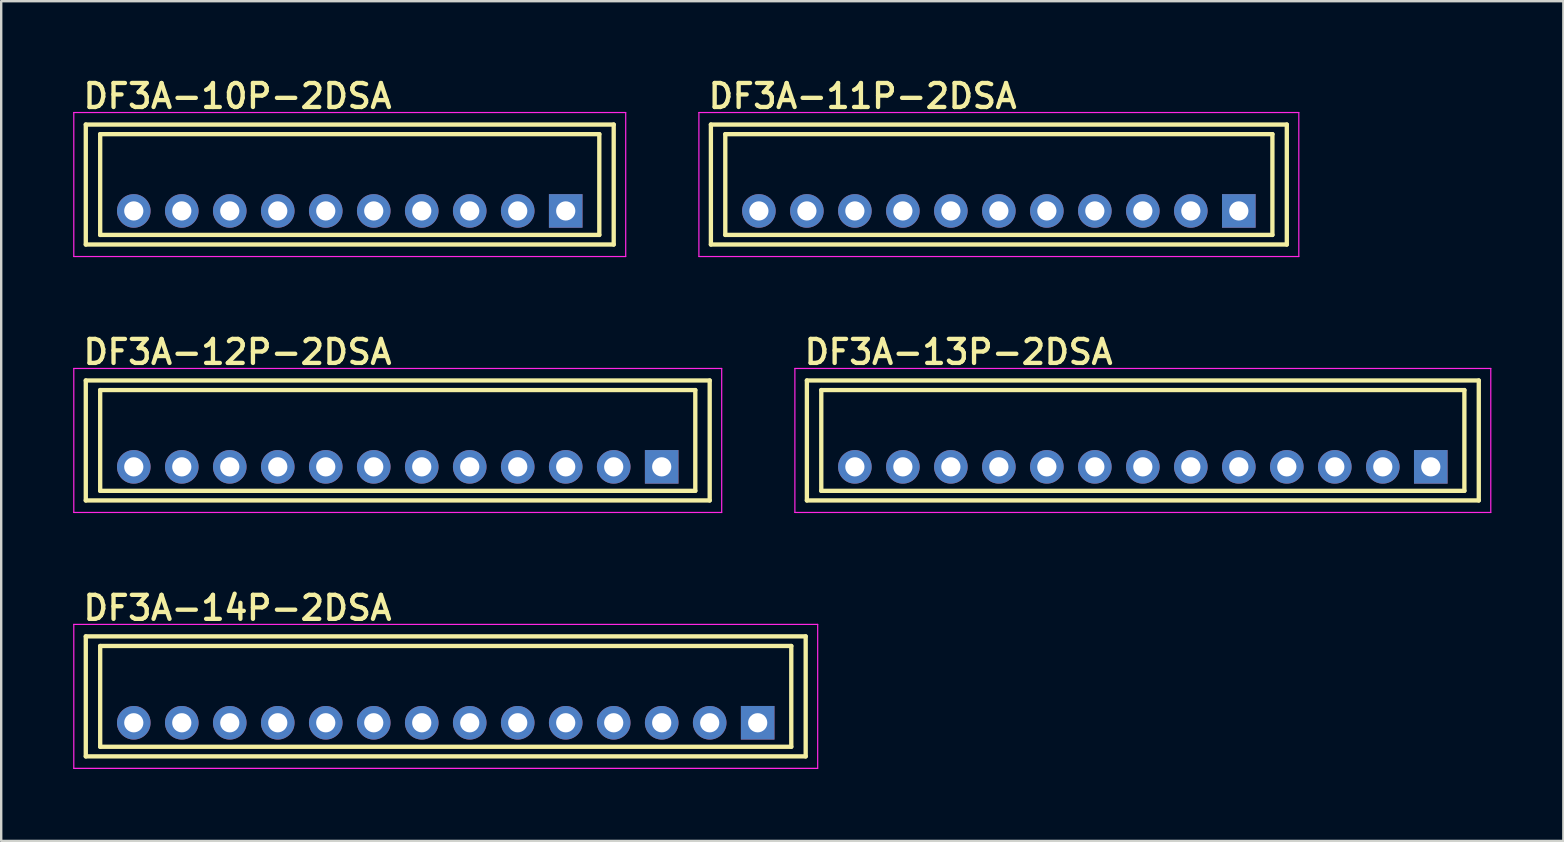
<source format=kicad_pcb>
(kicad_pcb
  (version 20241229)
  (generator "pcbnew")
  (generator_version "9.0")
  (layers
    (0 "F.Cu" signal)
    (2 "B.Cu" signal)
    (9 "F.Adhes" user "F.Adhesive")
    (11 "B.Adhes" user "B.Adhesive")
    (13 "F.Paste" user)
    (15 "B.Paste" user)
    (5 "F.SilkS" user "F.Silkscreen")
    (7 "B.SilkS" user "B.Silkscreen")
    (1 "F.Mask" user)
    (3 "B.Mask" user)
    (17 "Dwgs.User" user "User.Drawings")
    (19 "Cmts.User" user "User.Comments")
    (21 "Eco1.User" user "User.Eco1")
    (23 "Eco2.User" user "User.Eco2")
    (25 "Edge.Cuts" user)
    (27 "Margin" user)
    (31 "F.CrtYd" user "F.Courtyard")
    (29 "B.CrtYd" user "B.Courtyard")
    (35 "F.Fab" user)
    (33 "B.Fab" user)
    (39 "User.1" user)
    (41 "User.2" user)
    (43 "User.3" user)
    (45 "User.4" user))
  (footprint "DF3A-11P-2DSA"
    (layer "F.Cu")
    (at 38.575 5.74)
    (property "Reference" "DF3A-11P-2DSA" (at -12.2 -4.2 0) (layer "F.SilkS") (effects (font (size 1 1) (thickness 0.18)) (justify left bottom)))
    (attr through_hole)
    (fp_line (start -12 -3.6) (end 12 -3.6) (stroke (width 0.18) (type solid)) (layer "F.SilkS"))
    (fp_line (start -12 1.4) (end -12 -3.6) (stroke (width 0.18) (type solid)) (layer "F.SilkS"))
    (fp_line (start -11.4 -3.2) (end -11.4 1) (stroke (width 0.18) (type solid)) (layer "F.SilkS"))
    (fp_line (start -11.4 -3.2) (end 11.4 -3.2) (stroke (width 0.18) (type solid)) (layer "F.SilkS"))
    (fp_line (start -11.4 1) (end 11.4 1) (stroke (width 0.18) (type solid)) (layer "F.SilkS"))
    (fp_line (start 11.4 -3.2) (end 11.4 1) (stroke (width 0.18) (type solid)) (layer "F.SilkS"))
    (fp_line (start 12 -3.6) (end 12 1.4) (stroke (width 0.18) (type solid)) (layer "F.SilkS"))
    (fp_line (start 12 1.4) (end -12 1.4) (stroke (width 0.18) (type solid)) (layer "F.SilkS"))
    (fp_line (start -12.5 -4.1) (end 12.5 -4.1) (stroke (width 0.05) (type solid)) (layer "F.CrtYd"))
    (fp_line (start -12.5 1.9) (end -12.5 -4.1) (stroke (width 0.05) (type solid)) (layer "F.CrtYd"))
    (fp_line (start 12.5 -4.1) (end 12.5 1.9) (stroke (width 0.05) (type solid)) (layer "F.CrtYd"))
    (fp_line (start 12.5 1.9) (end -12.5 1.9) (stroke (width 0.05) (type solid)) (layer "F.CrtYd"))
    (pad "1" thru_hole rect (at 10 0) (size 1.4 1.4) (drill 0.8) (layers "*.Cu" "*.Mask"))
    (pad "2" thru_hole circle (at 8 0) (size 1.4 1.4) (drill 0.8) (layers "*.Cu" "*.Mask"))
    (pad "3" thru_hole circle (at 6 0) (size 1.4 1.4) (drill 0.8) (layers "*.Cu" "*.Mask"))
    (pad "4" thru_hole circle (at 4 0) (size 1.4 1.4) (drill 0.8) (layers "*.Cu" "*.Mask"))
    (pad "5" thru_hole circle (at 2 0) (size 1.4 1.4) (drill 0.8) (layers "*.Cu" "*.Mask"))
    (pad "6" thru_hole circle (at 0 0) (size 1.4 1.4) (drill 0.8) (layers "*.Cu" "*.Mask"))
    (pad "7" thru_hole circle (at -2 0) (size 1.4 1.4) (drill 0.8) (layers "*.Cu" "*.Mask"))
    (pad "8" thru_hole circle (at -4 0) (size 1.4 1.4) (drill 0.8) (layers "*.Cu" "*.Mask"))
    (pad "9" thru_hole circle (at -6 0) (size 1.4 1.4) (drill 0.8) (layers "*.Cu" "*.Mask"))
    (pad "10" thru_hole circle (at -8 0) (size 1.4 1.4) (drill 0.8) (layers "*.Cu" "*.Mask"))
    (pad "11" thru_hole circle (at -10 0) (size 1.4 1.4) (drill 0.8) (layers "*.Cu" "*.Mask")))
  (footprint "DF3A-14P-2DSA"
    (layer "F.Cu")
    (at 15.525 27.07)
    (property "Reference" "DF3A-14P-2DSA" (at -15.2 -4.2 0) (layer "F.SilkS") (effects (font (size 1 1) (thickness 0.18)) (justify left bottom)))
    (attr through_hole)
    (fp_line (start -15 -3.6) (end 15 -3.6) (stroke (width 0.18) (type solid)) (layer "F.SilkS"))
    (fp_line (start -15 1.4) (end -15 -3.6) (stroke (width 0.18) (type solid)) (layer "F.SilkS"))
    (fp_line (start -14.4 -3.2) (end -14.4 1) (stroke (width 0.18) (type solid)) (layer "F.SilkS"))
    (fp_line (start -14.4 -3.2) (end 14.4 -3.2) (stroke (width 0.18) (type solid)) (layer "F.SilkS"))
    (fp_line (start -14.4 1) (end 14.4 1) (stroke (width 0.18) (type solid)) (layer "F.SilkS"))
    (fp_line (start 14.4 -3.2) (end 14.4 1) (stroke (width 0.18) (type solid)) (layer "F.SilkS"))
    (fp_line (start 15 -3.6) (end 15 1.4) (stroke (width 0.18) (type solid)) (layer "F.SilkS"))
    (fp_line (start 15 1.4) (end -15 1.4) (stroke (width 0.18) (type solid)) (layer "F.SilkS"))
    (fp_line (start -15.5 -4.1) (end 15.5 -4.1) (stroke (width 0.05) (type solid)) (layer "F.CrtYd"))
    (fp_line (start -15.5 1.9) (end -15.5 -4.1) (stroke (width 0.05) (type solid)) (layer "F.CrtYd"))
    (fp_line (start 15.5 -4.1) (end 15.5 1.9) (stroke (width 0.05) (type solid)) (layer "F.CrtYd"))
    (fp_line (start 15.5 1.9) (end -15.5 1.9) (stroke (width 0.05) (type solid)) (layer "F.CrtYd"))
    (pad "1" thru_hole rect (at 13 0) (size 1.4 1.4) (drill 0.8) (layers "*.Cu" "*.Mask"))
    (pad "2" thru_hole circle (at 11 0) (size 1.4 1.4) (drill 0.8) (layers "*.Cu" "*.Mask"))
    (pad "3" thru_hole circle (at 9 0) (size 1.4 1.4) (drill 0.8) (layers "*.Cu" "*.Mask"))
    (pad "4" thru_hole circle (at 7 0) (size 1.4 1.4) (drill 0.8) (layers "*.Cu" "*.Mask"))
    (pad "5" thru_hole circle (at 5 0) (size 1.4 1.4) (drill 0.8) (layers "*.Cu" "*.Mask"))
    (pad "6" thru_hole circle (at 3 0) (size 1.4 1.4) (drill 0.8) (layers "*.Cu" "*.Mask"))
    (pad "7" thru_hole circle (at 1 0) (size 1.4 1.4) (drill 0.8) (layers "*.Cu" "*.Mask"))
    (pad "8" thru_hole circle (at -1 0) (size 1.4 1.4) (drill 0.8) (layers "*.Cu" "*.Mask"))
    (pad "9" thru_hole circle (at -3 0) (size 1.4 1.4) (drill 0.8) (layers "*.Cu" "*.Mask"))
    (pad "10" thru_hole circle (at -5 0) (size 1.4 1.4) (drill 0.8) (layers "*.Cu" "*.Mask"))
    (pad "11" thru_hole circle (at -7 0) (size 1.4 1.4) (drill 0.8) (layers "*.Cu" "*.Mask"))
    (pad "12" thru_hole circle (at -9 0) (size 1.4 1.4) (drill 0.8) (layers "*.Cu" "*.Mask"))
    (pad "13" thru_hole circle (at -11 0) (size 1.4 1.4) (drill 0.8) (layers "*.Cu" "*.Mask"))
    (pad "14" thru_hole circle (at -13 0) (size 1.4 1.4) (drill 0.8) (layers "*.Cu" "*.Mask")))
  (footprint "DF3A-12P-2DSA"
    (layer "F.Cu")
    (at 13.525 16.405)
    (property "Reference" "DF3A-12P-2DSA" (at -13.2 -4.2 0) (layer "F.SilkS") (effects (font (size 1 1) (thickness 0.18)) (justify left bottom)))
    (attr through_hole)
    (fp_line (start -13 -3.6) (end 13 -3.6) (stroke (width 0.18) (type solid)) (layer "F.SilkS"))
    (fp_line (start -13 1.4) (end -13 -3.6) (stroke (width 0.18) (type solid)) (layer "F.SilkS"))
    (fp_line (start -12.4 -3.2) (end -12.4 1) (stroke (width 0.18) (type solid)) (layer "F.SilkS"))
    (fp_line (start -12.4 -3.2) (end 12.4 -3.2) (stroke (width 0.18) (type solid)) (layer "F.SilkS"))
    (fp_line (start -12.4 1) (end 12.4 1) (stroke (width 0.18) (type solid)) (layer "F.SilkS"))
    (fp_line (start 12.4 -3.2) (end 12.4 1) (stroke (width 0.18) (type solid)) (layer "F.SilkS"))
    (fp_line (start 13 -3.6) (end 13 1.4) (stroke (width 0.18) (type solid)) (layer "F.SilkS"))
    (fp_line (start 13 1.4) (end -13 1.4) (stroke (width 0.18) (type solid)) (layer "F.SilkS"))
    (fp_line (start -13.5 -4.1) (end 13.5 -4.1) (stroke (width 0.05) (type solid)) (layer "F.CrtYd"))
    (fp_line (start -13.5 1.9) (end -13.5 -4.1) (stroke (width 0.05) (type solid)) (layer "F.CrtYd"))
    (fp_line (start 13.5 -4.1) (end 13.5 1.9) (stroke (width 0.05) (type solid)) (layer "F.CrtYd"))
    (fp_line (start 13.5 1.9) (end -13.5 1.9) (stroke (width 0.05) (type solid)) (layer "F.CrtYd"))
    (pad "1" thru_hole rect (at 11 0) (size 1.4 1.4) (drill 0.8) (layers "*.Cu" "*.Mask"))
    (pad "2" thru_hole circle (at 9 0) (size 1.4 1.4) (drill 0.8) (layers "*.Cu" "*.Mask"))
    (pad "3" thru_hole circle (at 7 0) (size 1.4 1.4) (drill 0.8) (layers "*.Cu" "*.Mask"))
    (pad "4" thru_hole circle (at 5 0) (size 1.4 1.4) (drill 0.8) (layers "*.Cu" "*.Mask"))
    (pad "5" thru_hole circle (at 3 0) (size 1.4 1.4) (drill 0.8) (layers "*.Cu" "*.Mask"))
    (pad "6" thru_hole circle (at 1 0) (size 1.4 1.4) (drill 0.8) (layers "*.Cu" "*.Mask"))
    (pad "7" thru_hole circle (at -1 0) (size 1.4 1.4) (drill 0.8) (layers "*.Cu" "*.Mask"))
    (pad "8" thru_hole circle (at -3 0) (size 1.4 1.4) (drill 0.8) (layers "*.Cu" "*.Mask"))
    (pad "9" thru_hole circle (at -5 0) (size 1.4 1.4) (drill 0.8) (layers "*.Cu" "*.Mask"))
    (pad "10" thru_hole circle (at -7 0) (size 1.4 1.4) (drill 0.8) (layers "*.Cu" "*.Mask"))
    (pad "11" thru_hole circle (at -9 0) (size 1.4 1.4) (drill 0.8) (layers "*.Cu" "*.Mask"))
    (pad "12" thru_hole circle (at -11 0) (size 1.4 1.4) (drill 0.8) (layers "*.Cu" "*.Mask")))
  (footprint "DF3A-13P-2DSA"
    (layer "F.Cu")
    (at 44.575 16.405)
    (property "Reference" "DF3A-13P-2DSA" (at -14.2 -4.2 0) (layer "F.SilkS") (effects (font (size 1 1) (thickness 0.18)) (justify left bottom)))
    (attr through_hole)
    (fp_line (start -14 -3.6) (end 14 -3.6) (stroke (width 0.18) (type solid)) (layer "F.SilkS"))
    (fp_line (start -14 1.4) (end -14 -3.6) (stroke (width 0.18) (type solid)) (layer "F.SilkS"))
    (fp_line (start -13.4 -3.2) (end -13.4 1) (stroke (width 0.18) (type solid)) (layer "F.SilkS"))
    (fp_line (start -13.4 -3.2) (end 13.4 -3.2) (stroke (width 0.18) (type solid)) (layer "F.SilkS"))
    (fp_line (start -13.4 1) (end 13.4 1) (stroke (width 0.18) (type solid)) (layer "F.SilkS"))
    (fp_line (start 13.4 -3.2) (end 13.4 1) (stroke (width 0.18) (type solid)) (layer "F.SilkS"))
    (fp_line (start 14 -3.6) (end 14 1.4) (stroke (width 0.18) (type solid)) (layer "F.SilkS"))
    (fp_line (start 14 1.4) (end -14 1.4) (stroke (width 0.18) (type solid)) (layer "F.SilkS"))
    (fp_line (start -14.5 -4.1) (end 14.5 -4.1) (stroke (width 0.05) (type solid)) (layer "F.CrtYd"))
    (fp_line (start -14.5 1.9) (end -14.5 -4.1) (stroke (width 0.05) (type solid)) (layer "F.CrtYd"))
    (fp_line (start 14.5 -4.1) (end 14.5 1.9) (stroke (width 0.05) (type solid)) (layer "F.CrtYd"))
    (fp_line (start 14.5 1.9) (end -14.5 1.9) (stroke (width 0.05) (type solid)) (layer "F.CrtYd"))
    (pad "1" thru_hole rect (at 12 0) (size 1.4 1.4) (drill 0.8) (layers "*.Cu" "*.Mask"))
    (pad "2" thru_hole circle (at 10 0) (size 1.4 1.4) (drill 0.8) (layers "*.Cu" "*.Mask"))
    (pad "3" thru_hole circle (at 8 0) (size 1.4 1.4) (drill 0.8) (layers "*.Cu" "*.Mask"))
    (pad "4" thru_hole circle (at 6 0) (size 1.4 1.4) (drill 0.8) (layers "*.Cu" "*.Mask"))
    (pad "5" thru_hole circle (at 4 0) (size 1.4 1.4) (drill 0.8) (layers "*.Cu" "*.Mask"))
    (pad "6" thru_hole circle (at 2 0) (size 1.4 1.4) (drill 0.8) (layers "*.Cu" "*.Mask"))
    (pad "7" thru_hole circle (at 0 0) (size 1.4 1.4) (drill 0.8) (layers "*.Cu" "*.Mask"))
    (pad "8" thru_hole circle (at -2 0) (size 1.4 1.4) (drill 0.8) (layers "*.Cu" "*.Mask"))
    (pad "9" thru_hole circle (at -4 0) (size 1.4 1.4) (drill 0.8) (layers "*.Cu" "*.Mask"))
    (pad "10" thru_hole circle (at -6 0) (size 1.4 1.4) (drill 0.8) (layers "*.Cu" "*.Mask"))
    (pad "11" thru_hole circle (at -8 0) (size 1.4 1.4) (drill 0.8) (layers "*.Cu" "*.Mask"))
    (pad "12" thru_hole circle (at -10 0) (size 1.4 1.4) (drill 0.8) (layers "*.Cu" "*.Mask"))
    (pad "13" thru_hole circle (at -12 0) (size 1.4 1.4) (drill 0.8) (layers "*.Cu" "*.Mask")))
  (footprint "DF3A-10P-2DSA"
    (layer "F.Cu")
    (at 11.525 5.74)
    (property "Reference" "DF3A-10P-2DSA" (at -11.2 -4.2 0) (layer "F.SilkS") (effects (font (size 1 1) (thickness 0.18)) (justify left bottom)))
    (attr through_hole)
    (fp_line (start -11 -3.6) (end 11 -3.6) (stroke (width 0.18) (type solid)) (layer "F.SilkS"))
    (fp_line (start -11 1.4) (end -11 -3.6) (stroke (width 0.18) (type solid)) (layer "F.SilkS"))
    (fp_line (start -10.4 -3.2) (end -10.4 1) (stroke (width 0.18) (type solid)) (layer "F.SilkS"))
    (fp_line (start -10.4 -3.2) (end 10.4 -3.2) (stroke (width 0.18) (type solid)) (layer "F.SilkS"))
    (fp_line (start -10.4 1) (end 10.4 1) (stroke (width 0.18) (type solid)) (layer "F.SilkS"))
    (fp_line (start 10.4 -3.2) (end 10.4 1) (stroke (width 0.18) (type solid)) (layer "F.SilkS"))
    (fp_line (start 11 -3.6) (end 11 1.4) (stroke (width 0.18) (type solid)) (layer "F.SilkS"))
    (fp_line (start 11 1.4) (end -11 1.4) (stroke (width 0.18) (type solid)) (layer "F.SilkS"))
    (fp_line (start -11.5 -4.1) (end 11.5 -4.1) (stroke (width 0.05) (type solid)) (layer "F.CrtYd"))
    (fp_line (start -11.5 1.9) (end -11.5 -4.1) (stroke (width 0.05) (type solid)) (layer "F.CrtYd"))
    (fp_line (start 11.5 -4.1) (end 11.5 1.9) (stroke (width 0.05) (type solid)) (layer "F.CrtYd"))
    (fp_line (start 11.5 1.9) (end -11.5 1.9) (stroke (width 0.05) (type solid)) (layer "F.CrtYd"))
    (pad "1" thru_hole rect (at 9 0) (size 1.4 1.4) (drill 0.8) (layers "*.Cu" "*.Mask"))
    (pad "2" thru_hole circle (at 7 0) (size 1.4 1.4) (drill 0.8) (layers "*.Cu" "*.Mask"))
    (pad "3" thru_hole circle (at 5 0) (size 1.4 1.4) (drill 0.8) (layers "*.Cu" "*.Mask"))
    (pad "4" thru_hole circle (at 3 0) (size 1.4 1.4) (drill 0.8) (layers "*.Cu" "*.Mask"))
    (pad "5" thru_hole circle (at 1 0) (size 1.4 1.4) (drill 0.8) (layers "*.Cu" "*.Mask"))
    (pad "6" thru_hole circle (at -1 0) (size 1.4 1.4) (drill 0.8) (layers "*.Cu" "*.Mask"))
    (pad "7" thru_hole circle (at -3 0) (size 1.4 1.4) (drill 0.8) (layers "*.Cu" "*.Mask"))
    (pad "8" thru_hole circle (at -5 0) (size 1.4 1.4) (drill 0.8) (layers "*.Cu" "*.Mask"))
    (pad "9" thru_hole circle (at -7 0) (size 1.4 1.4) (drill 0.8) (layers "*.Cu" "*.Mask"))
    (pad "10" thru_hole circle (at -9 0) (size 1.4 1.4) (drill 0.8) (layers "*.Cu" "*.Mask")))
  (gr_rect
    (start -3 -3)
    (end 62.1 31.995)
    (stroke (width 0.1) (type default))
    (fill no)
    (layer "Edge.Cuts")))
</source>
